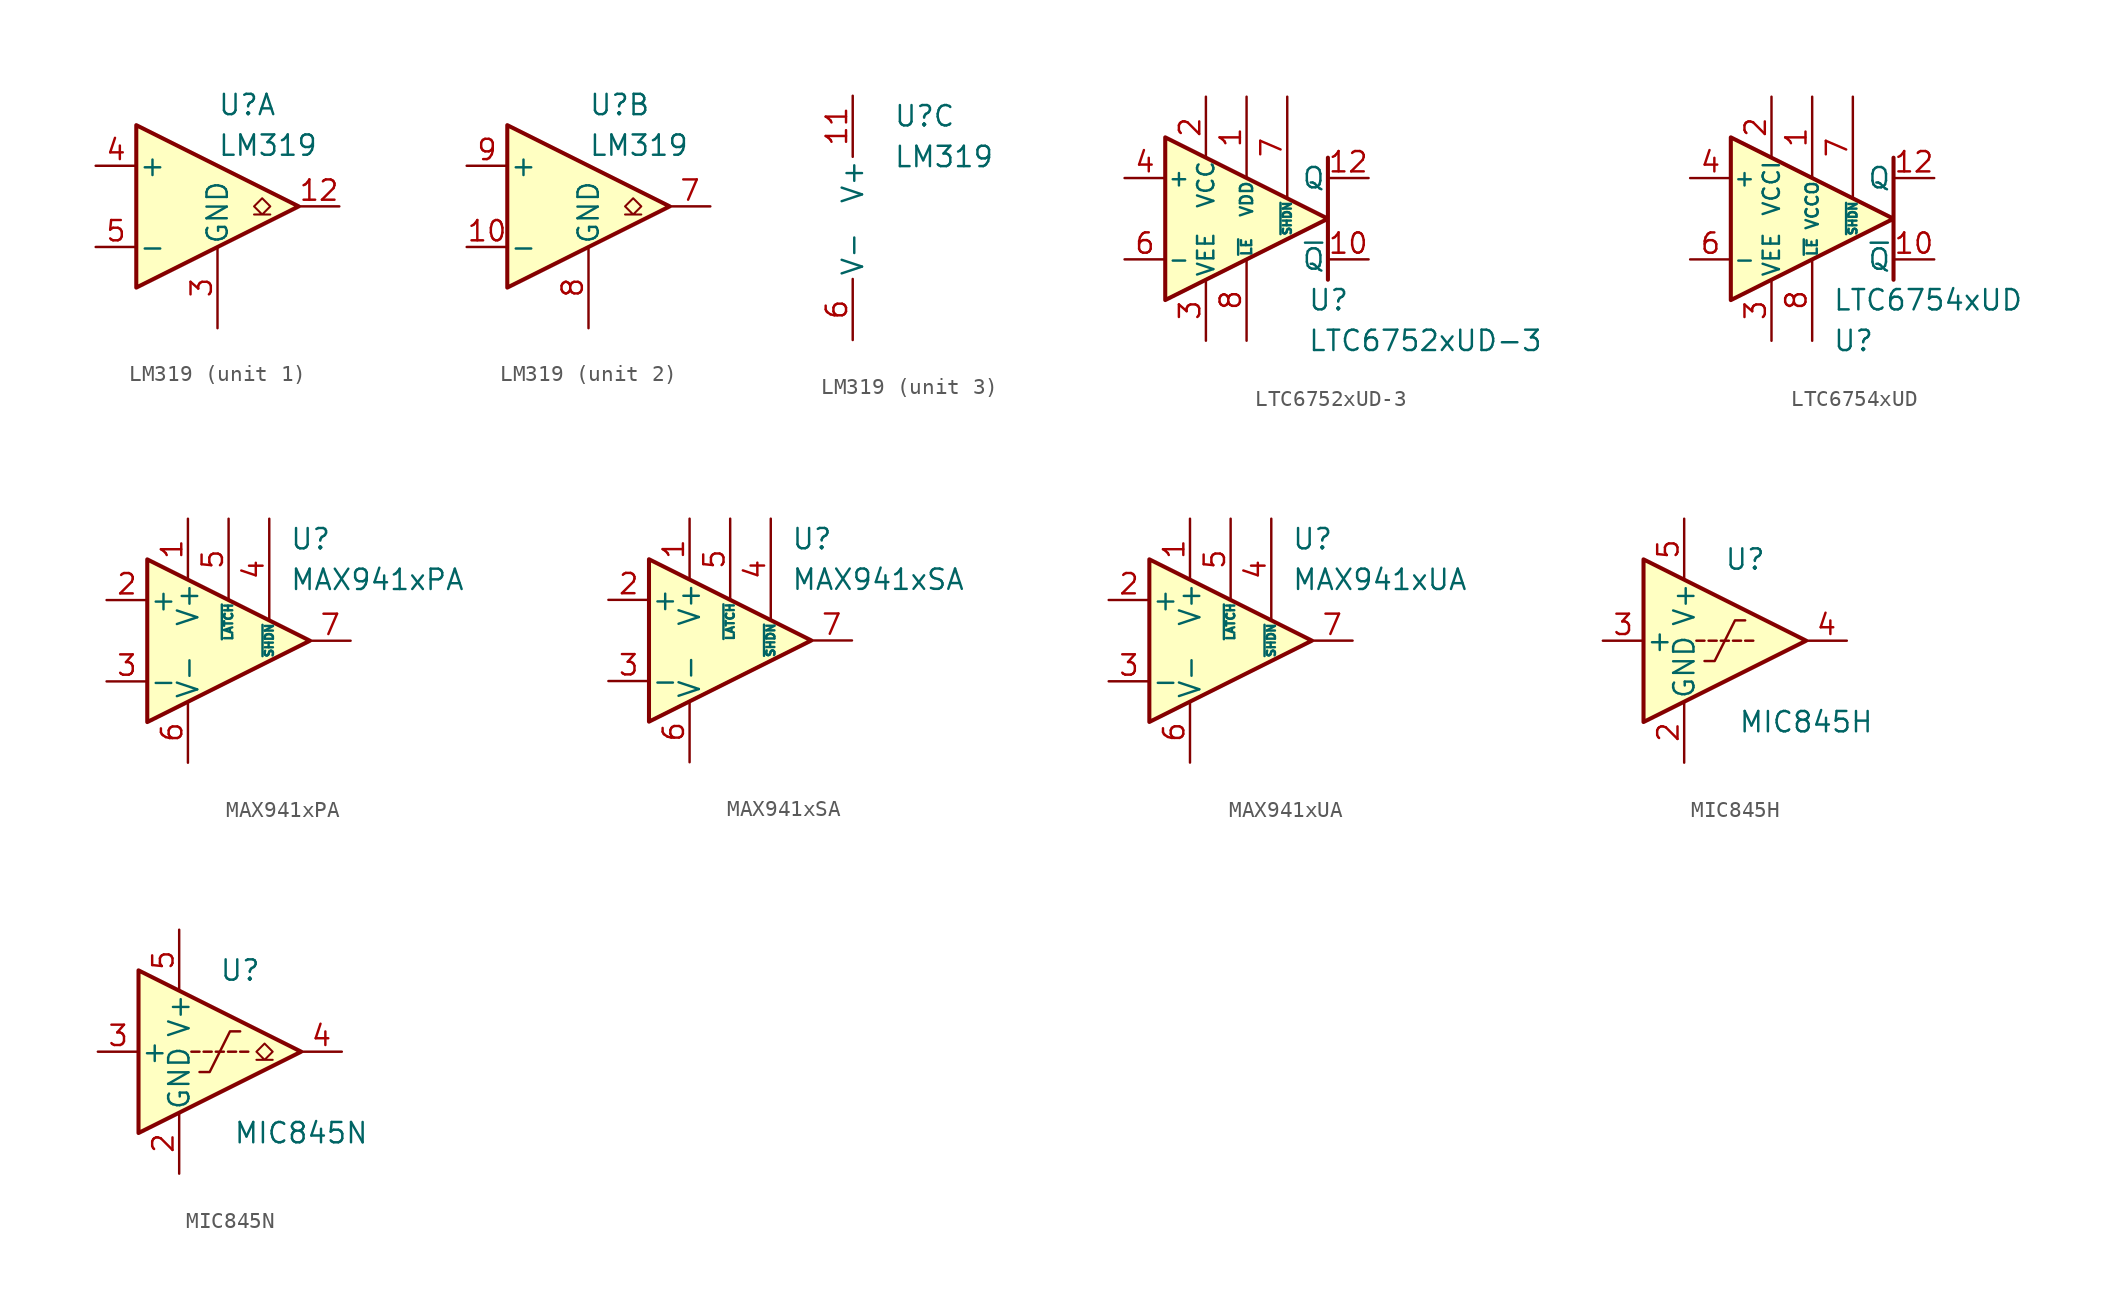
<source format=kicad_sym>
(kicad_symbol_lib
  (version 20201005)
  (generator kicad_symbol_editor)
  (symbol "Comparator:LM319"
    (pin_names
      (offset 0.127))
    (property "Reference" "U"
      (at 0 6.35 0)
      (effects (font (size 1.27 1.27)) (justify left)))
    (property "Value" "LM319"
      (at 0 3.81 0)
      (effects (font (size 1.27 1.27)) (justify left)))
    (property "ki_locked" ""
      (at 0 0 0)
      (effects (font (size 1.27 1.27))))
    (symbol "LM319_1_1"
      (polyline (pts (xy -5.08 5.08) (xy 5.08 0) (xy -5.08 -5.08) (xy -5.08 5.08) (xy -5.08 5.08)) (stroke (width 0.254)) (fill (type background)))
      (polyline (pts (xy 2.286 -0.508) (xy 2.794 -0.508) (xy 2.286 0) (xy 2.794 0.508) (xy 3.302 0) (xy 2.794 -0.508) (xy 3.302 -0.508)) (stroke (width 0.127)) (fill (type none)))
      (pin unconnected line (at 0 -2.54 90) (length 2.54) hide (name "NC" (effects (font (size 1.27 1.27)))) (number "1" (effects (font (size 1.27 1.27)))))
      (pin open_collector line (at 7.62 0 180) (length 2.54) (name "~" (effects (font (size 1.27 1.27)))) (number "12" (effects (font (size 1.27 1.27)))))
      (pin unconnected line (at 0 2.54 270) (length 2.54) hide (name "NC" (effects (font (size 1.27 1.27)))) (number "2" (effects (font (size 1.27 1.27)))))
      (pin passive line (at 0 -7.62 90) (length 5.08) (name "GND" (effects (font (size 1.27 1.27)))) (number "3" (effects (font (size 1.27 1.27)))))
      (pin input line (at -7.62 2.54 0) (length 2.54) (name "+" (effects (font (size 1.27 1.27)))) (number "4" (effects (font (size 1.27 1.27)))))
      (pin input line (at -7.62 -2.54 0) (length 2.54) (name "-" (effects (font (size 1.27 1.27)))) (number "5" (effects (font (size 1.27 1.27))))))
    (symbol "LM319_2_1"
      (polyline (pts (xy -5.08 5.08) (xy 5.08 0) (xy -5.08 -5.08) (xy -5.08 5.08) (xy -5.08 5.08)) (stroke (width 0.254)) (fill (type background)))
      (polyline (pts (xy 3.302 -0.508) (xy 2.794 -0.508) (xy 3.302 0) (xy 2.794 0.508) (xy 2.286 0) (xy 2.794 -0.508) (xy 2.286 -0.508)) (stroke (width 0.127)) (fill (type none)))
      (pin input line (at -7.62 -2.54 0) (length 2.54) (name "-" (effects (font (size 1.27 1.27)))) (number "10" (effects (font (size 1.27 1.27)))))
      (pin unconnected line (at 0 -2.54 90) (length 2.54) hide (name "NC" (effects (font (size 1.27 1.27)))) (number "13" (effects (font (size 1.27 1.27)))))
      (pin unconnected line (at 0 2.54 270) (length 2.54) hide (name "NC" (effects (font (size 1.27 1.27)))) (number "14" (effects (font (size 1.27 1.27)))))
      (pin open_collector line (at 7.62 0 180) (length 2.54) (name "~" (effects (font (size 1.27 1.27)))) (number "7" (effects (font (size 1.27 1.27)))))
      (pin passive line (at 0 -7.62 90) (length 5.08) (name "GND" (effects (font (size 1.27 1.27)))) (number "8" (effects (font (size 1.27 1.27)))))
      (pin input line (at -7.62 2.54 0) (length 2.54) (name "+" (effects (font (size 1.27 1.27)))) (number "9" (effects (font (size 1.27 1.27))))))
    (symbol "LM319_3_1"
      (pin power_in line (at -2.54 7.62 270) (length 3.81) (name "V+" (effects (font (size 1.27 1.27)))) (number "11" (effects (font (size 1.27 1.27)))))
      (pin power_in line (at -2.54 -7.62 90) (length 3.81) (name "V-" (effects (font (size 1.27 1.27)))) (number "6" (effects (font (size 1.27 1.27)))))))
  (symbol "Comparator:LTC6752xUD-3"
    (pin_names
      (offset 0.127))
    (property "Reference" "U"
      (at 3.81 -5.08 0)
      (effects (font (size 1.27 1.27)) (justify left)))
    (property "Value" "LTC6752xUD-3"
      (at 3.81 -7.62 0)
      (effects (font (size 1.27 1.27)) (justify left)))
    (symbol "LTC6752xUD-3_0_1"
      (polyline (pts (xy 5.08 3.81) (xy 5.08 0) (xy -5.08 5.08) (xy -5.08 -5.08) (xy 5.08 0) (xy 5.08 -3.81)) (stroke (width 0.254)) (fill (type background))))
    (symbol "LTC6752xUD-3_1_1"
      (pin power_in line (at 0 7.62 270) (length 5.08) (name "VDD" (effects (font (size 0.762 0.762)))) (number "1" (effects (font (size 1.27 1.27)))))
      (pin output line (at 7.62 -2.54 180) (length 2.54) (name "~Q" (effects (font (size 1.27 1.27)))) (number "10" (effects (font (size 1.27 1.27)))))
      (pin unconnected line (at 5.08 0 180) (length 2.54) hide (name "NC" (effects (font (size 1.27 1.27)))) (number "11" (effects (font (size 1.27 1.27)))))
      (pin output line (at 7.62 2.54 180) (length 2.54) (name "Q" (effects (font (size 1.27 1.27)))) (number "12" (effects (font (size 1.27 1.27)))))
      (pin passive line (at -2.54 -7.62 90) (length 3.81) hide (name "VEE" (effects (font (size 1.016 1.016)))) (number "13" (effects (font (size 1.27 1.27)))))
      (pin power_in line (at -2.54 7.62 270) (length 3.81) (name "VCC" (effects (font (size 1.016 1.016)))) (number "2" (effects (font (size 1.27 1.27)))))
      (pin power_in line (at -2.54 -7.62 90) (length 3.81) (name "VEE" (effects (font (size 1.016 1.016)))) (number "3" (effects (font (size 1.27 1.27)))))
      (pin input line (at -7.62 2.54 0) (length 2.54) (name "+" (effects (font (size 1.016 1.016)))) (number "4" (effects (font (size 1.27 1.27)))))
      (pin unconnected line (at -5.08 0 0) (length 2.54) hide (name "NC" (effects (font (size 1.27 1.27)))) (number "5" (effects (font (size 1.27 1.27)))))
      (pin input line (at -7.62 -2.54 0) (length 2.54) (name "-" (effects (font (size 1.016 1.016)))) (number "6" (effects (font (size 1.27 1.27)))))
      (pin input line (at 2.54 7.62 270) (length 6.35) (name "~SHDN" (effects (font (size 0.508 0.508)))) (number "7" (effects (font (size 1.27 1.27)))))
      (pin input line (at 0 -7.62 90) (length 5.08) (name "~LE" (effects (font (size 0.635 0.635)))) (number "8" (effects (font (size 1.27 1.27)))))
      (pin passive line (at -2.54 -7.62 90) (length 3.81) hide (name "VEE" (effects (font (size 1.016 1.016)))) (number "9" (effects (font (size 1.27 1.27)))))))
  (symbol "Comparator:LTC6754xUD"
    (pin_names
      (offset 0.127))
    (property "Reference" "U"
      (at 1.27 -7.62 0)
      (effects (font (size 1.27 1.27)) (justify left)))
    (property "Value" "LTC6754xUD"
      (at 1.27 -5.08 0)
      (effects (font (size 1.27 1.27)) (justify left)))
    (symbol "LTC6754xUD_0_1"
      (polyline (pts (xy 5.08 3.81) (xy 5.08 0) (xy -5.08 5.08) (xy -5.08 -5.08) (xy 5.08 0) (xy 5.08 -3.81)) (stroke (width 0.254)) (fill (type background))))
    (symbol "LTC6754xUD_1_1"
      (pin power_in line (at 0 7.62 270) (length 5.08) (name "VCCO" (effects (font (size 0.762 0.762)))) (number "1" (effects (font (size 1.27 1.27)))))
      (pin output line (at 7.62 -2.54 180) (length 2.54) (name "~Q" (effects (font (size 1.27 1.27)))) (number "10" (effects (font (size 1.27 1.27)))))
      (pin unconnected line (at 5.08 0 180) (length 2.54) hide (name "NC" (effects (font (size 1.27 1.27)))) (number "11" (effects (font (size 1.27 1.27)))))
      (pin output line (at 7.62 2.54 180) (length 2.54) (name "Q" (effects (font (size 1.27 1.27)))) (number "12" (effects (font (size 1.27 1.27)))))
      (pin passive line (at -2.54 -7.62 90) (length 3.81) hide (name "VEE" (effects (font (size 1.016 1.016)))) (number "13" (effects (font (size 1.27 1.27)))))
      (pin power_in line (at -2.54 7.62 270) (length 3.81) (name "VCCI" (effects (font (size 1.016 1.016)))) (number "2" (effects (font (size 1.27 1.27)))))
      (pin power_in line (at -2.54 -7.62 90) (length 3.81) (name "VEE" (effects (font (size 1.016 1.016)))) (number "3" (effects (font (size 1.27 1.27)))))
      (pin input line (at -7.62 2.54 0) (length 2.54) (name "+" (effects (font (size 1.016 1.016)))) (number "4" (effects (font (size 1.27 1.27)))))
      (pin unconnected line (at -5.08 0 0) (length 2.54) hide (name "NC" (effects (font (size 1.27 1.27)))) (number "5" (effects (font (size 1.27 1.27)))))
      (pin input line (at -7.62 -2.54 0) (length 2.54) (name "-" (effects (font (size 1.016 1.016)))) (number "6" (effects (font (size 1.27 1.27)))))
      (pin input line (at 2.54 7.62 270) (length 6.35) (name "~SHDN" (effects (font (size 0.508 0.508)))) (number "7" (effects (font (size 1.27 1.27)))))
      (pin input line (at 0 -7.62 90) (length 5.08) (name "~LE" (effects (font (size 0.635 0.635)))) (number "8" (effects (font (size 1.27 1.27)))))
      (pin passive line (at -2.54 -7.62 90) (length 3.81) hide (name "VEE" (effects (font (size 1.016 1.016)))) (number "9" (effects (font (size 1.27 1.27)))))))
  (symbol "Comparator:MAX941xPA"
    (pin_names
      (offset 0.127))
    (property "Reference" "U"
      (at 3.81 6.35 0)
      (effects (font (size 1.27 1.27)) (justify left)))
    (property "Value" "MAX941xPA"
      (at 3.81 3.81 0)
      (effects (font (size 1.27 1.27)) (justify left)))
    (symbol "MAX941xPA_0_1"
      (polyline (pts (xy -5.08 5.08) (xy -5.08 -5.08) (xy 5.08 0) (xy -5.08 5.08)) (stroke (width 0.254)) (fill (type background))))
    (symbol "MAX941xPA_1_1"
      (pin power_in line (at -2.54 7.62 270) (length 3.81) (name "V+" (effects (font (size 1.27 1.27)))) (number "1" (effects (font (size 1.27 1.27)))))
      (pin input line (at -7.62 2.54 0) (length 2.54) (name "+" (effects (font (size 1.27 1.27)))) (number "2" (effects (font (size 1.27 1.27)))))
      (pin input line (at -7.62 -2.54 0) (length 2.54) (name "-" (effects (font (size 1.27 1.27)))) (number "3" (effects (font (size 1.27 1.27)))))
      (pin input line (at 2.54 7.62 270) (length 6.35) (name "~SHDN" (effects (font (size 0.508 0.508)))) (number "4" (effects (font (size 1.27 1.27)))))
      (pin input line (at 0 7.62 270) (length 5.08) (name "~LATCH" (effects (font (size 0.508 0.508)))) (number "5" (effects (font (size 1.27 1.27)))))
      (pin power_in line (at -2.54 -7.62 90) (length 3.81) (name "V-" (effects (font (size 1.27 1.27)))) (number "6" (effects (font (size 1.27 1.27)))))
      (pin output line (at 7.62 0 180) (length 2.54) (name "~" (effects (font (size 1.27 1.27)))) (number "7" (effects (font (size 1.27 1.27)))))
      (pin unconnected line (at 0 -2.54 90) (length 2.54) hide (name "NC" (effects (font (size 0.508 0.508)))) (number "8" (effects (font (size 1.27 1.27)))))))
  (symbol "Comparator:MAX941xSA"
    (pin_names
      (offset 0.127))
    (property "Reference" "U"
      (at 3.81 6.35 0)
      (effects (font (size 1.27 1.27)) (justify left)))
    (property "Value" "MAX941xSA"
      (at 3.81 3.81 0)
      (effects (font (size 1.27 1.27)) (justify left)))
    (symbol "MAX941xSA_0_1"
      (polyline (pts (xy -5.08 5.08) (xy -5.08 -5.08) (xy 5.08 0) (xy -5.08 5.08)) (stroke (width 0.254)) (fill (type background))))
    (symbol "MAX941xSA_1_1"
      (pin power_in line (at -2.54 7.62 270) (length 3.81) (name "V+" (effects (font (size 1.27 1.27)))) (number "1" (effects (font (size 1.27 1.27)))))
      (pin input line (at -7.62 2.54 0) (length 2.54) (name "+" (effects (font (size 1.27 1.27)))) (number "2" (effects (font (size 1.27 1.27)))))
      (pin input line (at -7.62 -2.54 0) (length 2.54) (name "-" (effects (font (size 1.27 1.27)))) (number "3" (effects (font (size 1.27 1.27)))))
      (pin input line (at 2.54 7.62 270) (length 6.35) (name "~SHDN" (effects (font (size 0.508 0.508)))) (number "4" (effects (font (size 1.27 1.27)))))
      (pin input line (at 0 7.62 270) (length 5.08) (name "~LATCH" (effects (font (size 0.508 0.508)))) (number "5" (effects (font (size 1.27 1.27)))))
      (pin power_in line (at -2.54 -7.62 90) (length 3.81) (name "V-" (effects (font (size 1.27 1.27)))) (number "6" (effects (font (size 1.27 1.27)))))
      (pin output line (at 7.62 0 180) (length 2.54) (name "~" (effects (font (size 1.27 1.27)))) (number "7" (effects (font (size 1.27 1.27)))))
      (pin unconnected line (at 0 -2.54 90) (length 2.54) hide (name "NC" (effects (font (size 0.508 0.508)))) (number "8" (effects (font (size 1.27 1.27)))))))
  (symbol "Comparator:MAX941xUA"
    (pin_names
      (offset 0.127))
    (property "Reference" "U"
      (at 3.81 6.35 0)
      (effects (font (size 1.27 1.27)) (justify left)))
    (property "Value" "MAX941xUA"
      (at 3.81 3.81 0)
      (effects (font (size 1.27 1.27)) (justify left)))
    (symbol "MAX941xUA_0_1"
      (polyline (pts (xy -5.08 5.08) (xy -5.08 -5.08) (xy 5.08 0) (xy -5.08 5.08)) (stroke (width 0.254)) (fill (type background))))
    (symbol "MAX941xUA_1_1"
      (pin power_in line (at -2.54 7.62 270) (length 3.81) (name "V+" (effects (font (size 1.27 1.27)))) (number "1" (effects (font (size 1.27 1.27)))))
      (pin input line (at -7.62 2.54 0) (length 2.54) (name "+" (effects (font (size 1.27 1.27)))) (number "2" (effects (font (size 1.27 1.27)))))
      (pin input line (at -7.62 -2.54 0) (length 2.54) (name "-" (effects (font (size 1.27 1.27)))) (number "3" (effects (font (size 1.27 1.27)))))
      (pin input line (at 2.54 7.62 270) (length 6.35) (name "~SHDN" (effects (font (size 0.508 0.508)))) (number "4" (effects (font (size 1.27 1.27)))))
      (pin input line (at 0 7.62 270) (length 5.08) (name "~LATCH" (effects (font (size 0.508 0.508)))) (number "5" (effects (font (size 1.27 1.27)))))
      (pin power_in line (at -2.54 -7.62 90) (length 3.81) (name "V-" (effects (font (size 1.27 1.27)))) (number "6" (effects (font (size 1.27 1.27)))))
      (pin output line (at 7.62 0 180) (length 2.54) (name "~" (effects (font (size 1.27 1.27)))) (number "7" (effects (font (size 1.27 1.27)))))
      (pin unconnected line (at 0 -2.54 90) (length 2.54) hide (name "NC" (effects (font (size 0.508 0.508)))) (number "8" (effects (font (size 1.27 1.27)))))))
  (symbol "Comparator:MIC845H"
    (pin_names
      (offset 0.127))
    (property "Reference" "U"
      (at 3.81 5.08 0)
      (effects (font (size 1.27 1.27))))
    (property "Value" "MIC845H"
      (at 7.62 -5.08 0)
      (effects (font (size 1.27 1.27))))
    (symbol "MIC845H_0_1"
      (polyline (pts (xy 1.27 0) (xy 0.762 0)) (stroke (width 0)) (fill (type none)))
      (polyline (pts (xy 2.032 0) (xy 1.524 0)) (stroke (width 0)) (fill (type none)))
      (polyline (pts (xy 2.286 0) (xy 2.794 0)) (stroke (width 0)) (fill (type none)))
      (polyline (pts (xy 3.048 0) (xy 3.556 0)) (stroke (width 0)) (fill (type none)))
      (polyline (pts (xy 3.81 0) (xy 4.318 0)) (stroke (width 0)) (fill (type none)))
      (polyline (pts (xy -2.54 5.08) (xy 7.62 0) (xy -2.54 -5.08) (xy -2.54 5.08)) (stroke (width 0.254)) (fill (type background)))
      (polyline (pts (xy 1.27 -1.27) (xy 1.905 -1.27) (xy 3.175 1.27) (xy 3.81 1.27)) (stroke (width 0)) (fill (type none))))
    (symbol "MIC845H_1_1"
      (pin unconnected line (at -2.54 0 0) (length 2.54) hide (name "NIC" (effects (font (size 1.27 1.27)))) (number "1" (effects (font (size 1.27 1.27)))))
      (pin power_in line (at 0 -7.62 90) (length 3.81) (name "GND" (effects (font (size 1.27 1.27)))) (number "2" (effects (font (size 1.27 1.27)))))
      (pin input line (at -5.08 0 0) (length 2.54) (name "+" (effects (font (size 1.27 1.27)))) (number "3" (effects (font (size 1.27 1.27)))))
      (pin output line (at 10.16 0 180) (length 2.54) (name "~" (effects (font (size 1.27 1.27)))) (number "4" (effects (font (size 1.27 1.27)))))
      (pin power_in line (at 0 7.62 270) (length 3.81) (name "V+" (effects (font (size 1.27 1.27)))) (number "5" (effects (font (size 1.27 1.27)))))))
  (symbol "Comparator:MIC845N"
    (pin_names
      (offset 0.127))
    (property "Reference" "U"
      (at 3.81 5.08 0)
      (effects (font (size 1.27 1.27))))
    (property "Value" "MIC845N"
      (at 7.62 -5.08 0)
      (effects (font (size 1.27 1.27))))
    (symbol "MIC845N_0_1"
      (polyline (pts (xy 1.27 0) (xy 0.762 0)) (stroke (width 0)) (fill (type none)))
      (polyline (pts (xy 2.032 0) (xy 1.524 0)) (stroke (width 0)) (fill (type none)))
      (polyline (pts (xy 2.286 0) (xy 2.794 0)) (stroke (width 0)) (fill (type none)))
      (polyline (pts (xy 3.048 0) (xy 3.556 0)) (stroke (width 0)) (fill (type none)))
      (polyline (pts (xy 3.81 0) (xy 4.318 0)) (stroke (width 0)) (fill (type none)))
      (polyline (pts (xy -2.54 5.08) (xy 7.62 0) (xy -2.54 -5.08) (xy -2.54 5.08)) (stroke (width 0.254)) (fill (type background)))
      (polyline (pts (xy 1.27 -1.27) (xy 1.905 -1.27) (xy 3.175 1.27) (xy 3.81 1.27)) (stroke (width 0)) (fill (type none)))
      (polyline (pts (xy 5.842 -0.508) (xy 5.334 -0.508) (xy 5.842 0) (xy 5.334 0.508) (xy 4.826 0) (xy 5.334 -0.508) (xy 4.826 -0.508)) (stroke (width 0.127)) (fill (type none))))
    (symbol "MIC845N_1_1"
      (pin unconnected line (at -2.54 0 0) (length 2.54) hide (name "NIC" (effects (font (size 1.27 1.27)))) (number "1" (effects (font (size 1.27 1.27)))))
      (pin power_in line (at 0 -7.62 90) (length 3.81) (name "GND" (effects (font (size 1.27 1.27)))) (number "2" (effects (font (size 1.27 1.27)))))
      (pin input line (at -5.08 0 0) (length 2.54) (name "+" (effects (font (size 1.27 1.27)))) (number "3" (effects (font (size 1.27 1.27)))))
      (pin open_collector line (at 10.16 0 180) (length 2.54) (name "~" (effects (font (size 1.27 1.27)))) (number "4" (effects (font (size 1.27 1.27)))))
      (pin power_in line (at 0 7.62 270) (length 3.81) (name "V+" (effects (font (size 1.27 1.27)))) (number "5" (effects (font (size 1.27 1.27))))))))
</source>
